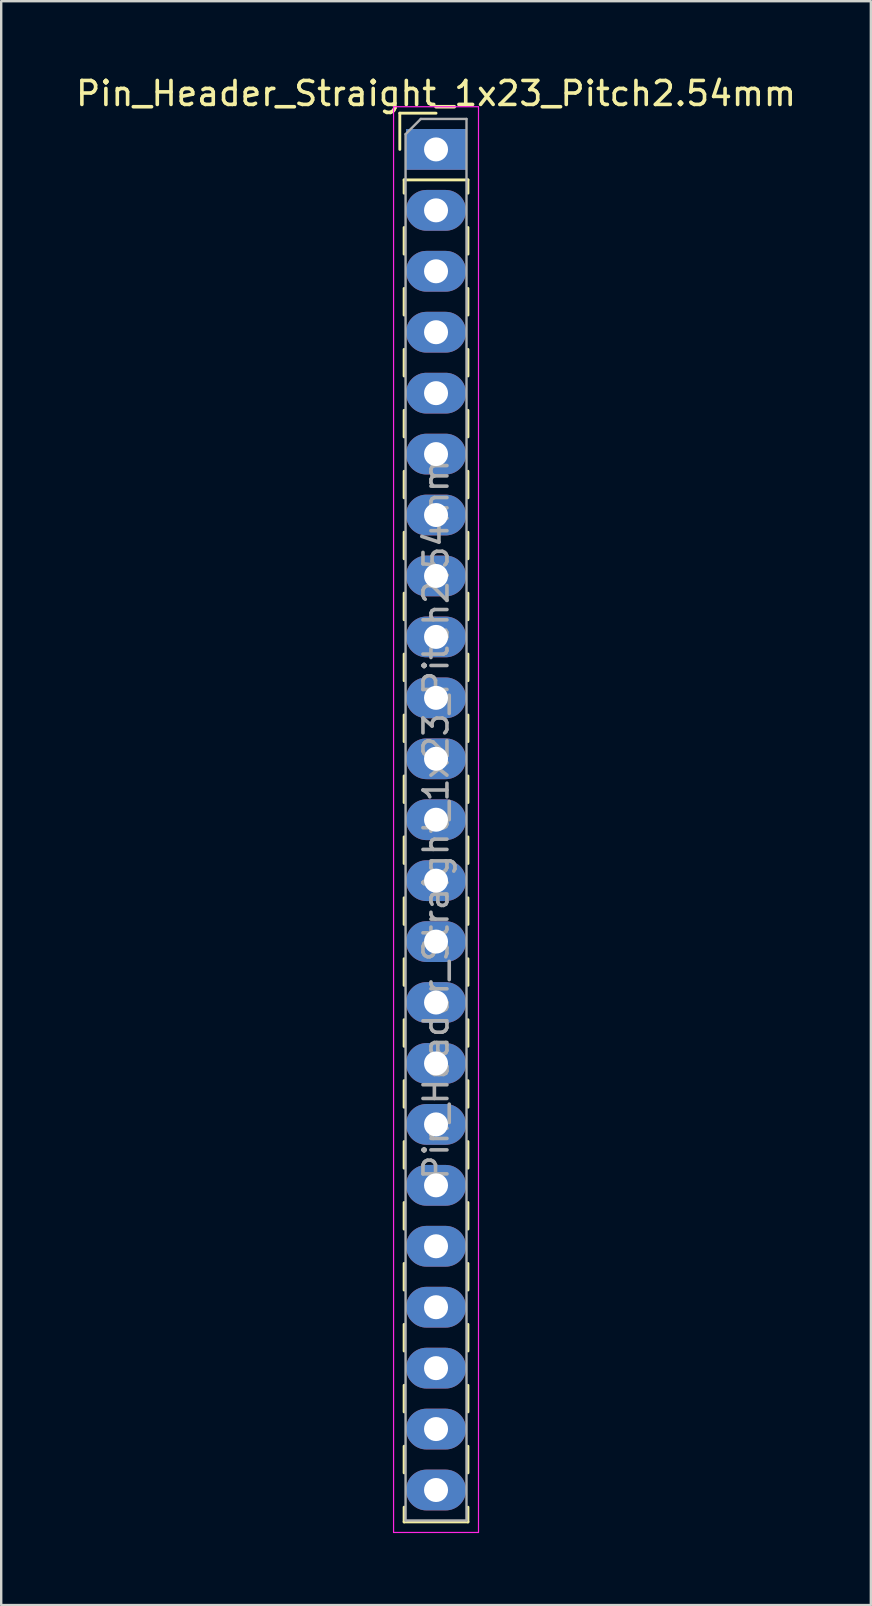
<source format=kicad_pcb>
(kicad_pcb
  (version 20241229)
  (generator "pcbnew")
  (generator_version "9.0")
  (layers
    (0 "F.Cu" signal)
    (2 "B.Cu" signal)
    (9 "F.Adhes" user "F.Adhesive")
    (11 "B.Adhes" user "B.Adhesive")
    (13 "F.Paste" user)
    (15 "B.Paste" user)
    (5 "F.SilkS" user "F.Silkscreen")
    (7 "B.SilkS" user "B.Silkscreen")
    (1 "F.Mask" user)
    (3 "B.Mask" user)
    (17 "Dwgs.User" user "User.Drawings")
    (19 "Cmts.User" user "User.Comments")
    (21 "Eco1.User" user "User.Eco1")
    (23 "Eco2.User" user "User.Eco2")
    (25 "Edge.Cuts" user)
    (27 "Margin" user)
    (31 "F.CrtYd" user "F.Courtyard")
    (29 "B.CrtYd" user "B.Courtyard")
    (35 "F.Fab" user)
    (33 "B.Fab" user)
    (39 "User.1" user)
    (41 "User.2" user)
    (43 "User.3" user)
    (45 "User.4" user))
  (footprint "Pin_Header_Straight_1x23_Pitch2.54mm"
    (layer "F.Cu")
    (at 15.125 3.178)
    (property "Reference" "Pin_Header_Straight_1x23_Pitch2.54mm" (at 0 -2.33 0) (layer "F.SilkS") (effects (font (size 1 1) (thickness 0.15))))
    (attr through_hole)
    (fp_line (start -1.51 -1.51) (end 0 -1.51) (stroke (width 0.12) (type solid)) (layer "F.SilkS"))
    (fp_line (start -1.51 0) (end -1.51 -1.51) (stroke (width 0.12) (type solid)) (layer "F.SilkS"))
    (fp_line (start -1.33 1.27) (end -1.33 1.825) (stroke (width 0.12) (type solid)) (layer "F.SilkS"))
    (fp_line (start -1.33 1.27) (end 1.33 1.27) (stroke (width 0.12) (type solid)) (layer "F.SilkS"))
    (fp_line (start -1.33 3.255) (end -1.33 4.365) (stroke (width 0.12) (type solid)) (layer "F.SilkS"))
    (fp_line (start -1.33 5.795) (end -1.33 6.905) (stroke (width 0.12) (type solid)) (layer "F.SilkS"))
    (fp_line (start -1.33 8.335) (end -1.33 9.445) (stroke (width 0.12) (type solid)) (layer "F.SilkS"))
    (fp_line (start -1.33 10.875) (end -1.33 11.985) (stroke (width 0.12) (type solid)) (layer "F.SilkS"))
    (fp_line (start -1.33 13.415) (end -1.33 14.525) (stroke (width 0.12) (type solid)) (layer "F.SilkS"))
    (fp_line (start -1.33 15.955) (end -1.33 17.065) (stroke (width 0.12) (type solid)) (layer "F.SilkS"))
    (fp_line (start -1.33 18.495) (end -1.33 19.605) (stroke (width 0.12) (type solid)) (layer "F.SilkS"))
    (fp_line (start -1.33 21.035) (end -1.33 22.145) (stroke (width 0.12) (type solid)) (layer "F.SilkS"))
    (fp_line (start -1.33 23.575) (end -1.33 24.685) (stroke (width 0.12) (type solid)) (layer "F.SilkS"))
    (fp_line (start -1.33 26.115) (end -1.33 27.225) (stroke (width 0.12) (type solid)) (layer "F.SilkS"))
    (fp_line (start -1.33 28.655) (end -1.33 29.765) (stroke (width 0.12) (type solid)) (layer "F.SilkS"))
    (fp_line (start -1.33 31.195) (end -1.33 32.305) (stroke (width 0.12) (type solid)) (layer "F.SilkS"))
    (fp_line (start -1.33 33.735) (end -1.33 34.845) (stroke (width 0.12) (type solid)) (layer "F.SilkS"))
    (fp_line (start -1.33 36.275) (end -1.33 37.385) (stroke (width 0.12) (type solid)) (layer "F.SilkS"))
    (fp_line (start -1.33 38.815) (end -1.33 39.925) (stroke (width 0.12) (type solid)) (layer "F.SilkS"))
    (fp_line (start -1.33 41.355) (end -1.33 42.465) (stroke (width 0.12) (type solid)) (layer "F.SilkS"))
    (fp_line (start -1.33 43.895) (end -1.33 45.005) (stroke (width 0.12) (type solid)) (layer "F.SilkS"))
    (fp_line (start -1.33 46.435) (end -1.33 47.545) (stroke (width 0.12) (type solid)) (layer "F.SilkS"))
    (fp_line (start -1.33 48.975) (end -1.33 50.085) (stroke (width 0.12) (type solid)) (layer "F.SilkS"))
    (fp_line (start -1.33 51.515) (end -1.33 52.625) (stroke (width 0.12) (type solid)) (layer "F.SilkS"))
    (fp_line (start -1.33 54.055) (end -1.33 55.165) (stroke (width 0.12) (type solid)) (layer "F.SilkS"))
    (fp_line (start -1.33 56.595) (end -1.33 57.21) (stroke (width 0.12) (type solid)) (layer "F.SilkS"))
    (fp_line (start -1.33 57.21) (end 1.33 57.21) (stroke (width 0.12) (type solid)) (layer "F.SilkS"))
    (fp_line (start 1.33 1.27) (end 1.33 1.825) (stroke (width 0.12) (type solid)) (layer "F.SilkS"))
    (fp_line (start 1.33 3.255) (end 1.33 4.365) (stroke (width 0.12) (type solid)) (layer "F.SilkS"))
    (fp_line (start 1.33 5.795) (end 1.33 6.905) (stroke (width 0.12) (type solid)) (layer "F.SilkS"))
    (fp_line (start 1.33 8.335) (end 1.33 9.445) (stroke (width 0.12) (type solid)) (layer "F.SilkS"))
    (fp_line (start 1.33 10.875) (end 1.33 11.985) (stroke (width 0.12) (type solid)) (layer "F.SilkS"))
    (fp_line (start 1.33 13.415) (end 1.33 14.525) (stroke (width 0.12) (type solid)) (layer "F.SilkS"))
    (fp_line (start 1.33 15.955) (end 1.33 17.065) (stroke (width 0.12) (type solid)) (layer "F.SilkS"))
    (fp_line (start 1.33 18.495) (end 1.33 19.605) (stroke (width 0.12) (type solid)) (layer "F.SilkS"))
    (fp_line (start 1.33 21.035) (end 1.33 22.145) (stroke (width 0.12) (type solid)) (layer "F.SilkS"))
    (fp_line (start 1.33 23.575) (end 1.33 24.685) (stroke (width 0.12) (type solid)) (layer "F.SilkS"))
    (fp_line (start 1.33 26.115) (end 1.33 27.225) (stroke (width 0.12) (type solid)) (layer "F.SilkS"))
    (fp_line (start 1.33 28.655) (end 1.33 29.765) (stroke (width 0.12) (type solid)) (layer "F.SilkS"))
    (fp_line (start 1.33 31.195) (end 1.33 32.305) (stroke (width 0.12) (type solid)) (layer "F.SilkS"))
    (fp_line (start 1.33 33.735) (end 1.33 34.845) (stroke (width 0.12) (type solid)) (layer "F.SilkS"))
    (fp_line (start 1.33 36.275) (end 1.33 37.385) (stroke (width 0.12) (type solid)) (layer "F.SilkS"))
    (fp_line (start 1.33 38.815) (end 1.33 39.925) (stroke (width 0.12) (type solid)) (layer "F.SilkS"))
    (fp_line (start 1.33 41.355) (end 1.33 42.465) (stroke (width 0.12) (type solid)) (layer "F.SilkS"))
    (fp_line (start 1.33 43.895) (end 1.33 45.005) (stroke (width 0.12) (type solid)) (layer "F.SilkS"))
    (fp_line (start 1.33 46.435) (end 1.33 47.545) (stroke (width 0.12) (type solid)) (layer "F.SilkS"))
    (fp_line (start 1.33 48.975) (end 1.33 50.085) (stroke (width 0.12) (type solid)) (layer "F.SilkS"))
    (fp_line (start 1.33 51.515) (end 1.33 52.625) (stroke (width 0.12) (type solid)) (layer "F.SilkS"))
    (fp_line (start 1.33 54.055) (end 1.33 55.165) (stroke (width 0.12) (type solid)) (layer "F.SilkS"))
    (fp_line (start 1.33 56.595) (end 1.33 57.21) (stroke (width 0.12) (type solid)) (layer "F.SilkS"))
    (fp_line (start -1.77 -1.78) (end -1.77 57.65) (stroke (width 0.05) (type solid)) (layer "F.CrtYd"))
    (fp_line (start -1.77 57.65) (end 1.77 57.65) (stroke (width 0.05) (type solid)) (layer "F.CrtYd"))
    (fp_line (start 1.77 -1.78) (end -1.77 -1.78) (stroke (width 0.05) (type solid)) (layer "F.CrtYd"))
    (fp_line (start 1.77 57.65) (end 1.77 -1.78) (stroke (width 0.05) (type solid)) (layer "F.CrtYd"))
    (fp_line (start -1.27 -0.635) (end -0.635 -1.27) (stroke (width 0.1) (type solid)) (layer "F.Fab"))
    (fp_line (start -1.27 57.15) (end -1.27 -0.635) (stroke (width 0.1) (type solid)) (layer "F.Fab"))
    (fp_line (start -0.635 -1.27) (end 1.27 -1.27) (stroke (width 0.1) (type solid)) (layer "F.Fab"))
    (fp_line (start 1.27 -1.27) (end 1.27 57.15) (stroke (width 0.1) (type solid)) (layer "F.Fab"))
    (fp_line (start 1.27 57.15) (end -1.27 57.15) (stroke (width 0.1) (type solid)) (layer "F.Fab"))
    (fp_text user "${REFERENCE}" (at 0 27.94 90) (layer "F.Fab") (effects (font (size 1 1) (thickness 0.15))))
    (pad "1" thru_hole rect (at 0 0) (size 2.5 1.7) (drill 1) (layers "*.Cu" "*.Mask"))
    (pad "2" thru_hole oval (at 0 2.54) (size 2.5 1.7) (drill 1) (layers "*.Cu" "*.Mask"))
    (pad "3" thru_hole oval (at 0 5.08) (size 2.5 1.7) (drill 1) (layers "*.Cu" "*.Mask"))
    (pad "4" thru_hole oval (at 0 7.62) (size 2.5 1.7) (drill 1) (layers "*.Cu" "*.Mask"))
    (pad "5" thru_hole oval (at 0 10.16) (size 2.5 1.7) (drill 1) (layers "*.Cu" "*.Mask"))
    (pad "6" thru_hole oval (at 0 12.7) (size 2.5 1.7) (drill 1) (layers "*.Cu" "*.Mask"))
    (pad "7" thru_hole oval (at 0 15.24) (size 2.5 1.7) (drill 1) (layers "*.Cu" "*.Mask"))
    (pad "8" thru_hole oval (at 0 17.78) (size 2.5 1.7) (drill 1) (layers "*.Cu" "*.Mask"))
    (pad "9" thru_hole oval (at 0 20.32) (size 2.5 1.7) (drill 1) (layers "*.Cu" "*.Mask"))
    (pad "10" thru_hole oval (at 0 22.86) (size 2.5 1.7) (drill 1) (layers "*.Cu" "*.Mask"))
    (pad "11" thru_hole oval (at 0 25.4) (size 2.5 1.7) (drill 1) (layers "*.Cu" "*.Mask"))
    (pad "12" thru_hole oval (at 0 27.94) (size 2.5 1.7) (drill 1) (layers "*.Cu" "*.Mask"))
    (pad "13" thru_hole oval (at 0 30.48) (size 2.5 1.7) (drill 1) (layers "*.Cu" "*.Mask"))
    (pad "14" thru_hole oval (at 0 33.02) (size 2.5 1.7) (drill 1) (layers "*.Cu" "*.Mask"))
    (pad "15" thru_hole oval (at 0 35.56) (size 2.5 1.7) (drill 1) (layers "*.Cu" "*.Mask"))
    (pad "16" thru_hole oval (at 0 38.1) (size 2.5 1.7) (drill 1) (layers "*.Cu" "*.Mask"))
    (pad "17" thru_hole oval (at 0 40.64) (size 2.5 1.7) (drill 1) (layers "*.Cu" "*.Mask"))
    (pad "18" thru_hole oval (at 0 43.18) (size 2.5 1.7) (drill 1) (layers "*.Cu" "*.Mask"))
    (pad "19" thru_hole oval (at 0 45.72) (size 2.5 1.7) (drill 1) (layers "*.Cu" "*.Mask"))
    (pad "20" thru_hole oval (at 0 48.26) (size 2.5 1.7) (drill 1) (layers "*.Cu" "*.Mask"))
    (pad "21" thru_hole oval (at 0 50.8) (size 2.5 1.7) (drill 1) (layers "*.Cu" "*.Mask"))
    (pad "22" thru_hole oval (at 0 53.34) (size 2.5 1.7) (drill 1) (layers "*.Cu" "*.Mask"))
    (pad "23" thru_hole oval (at 0 55.88) (size 2.5 1.7) (drill 1) (layers "*.Cu" "*.Mask")))
  (gr_rect
    (start -3 -3)
    (end 33.25 63.853)
    (stroke (width 0.1) (type default))
    (fill no)
    (layer "Edge.Cuts")))
</source>
